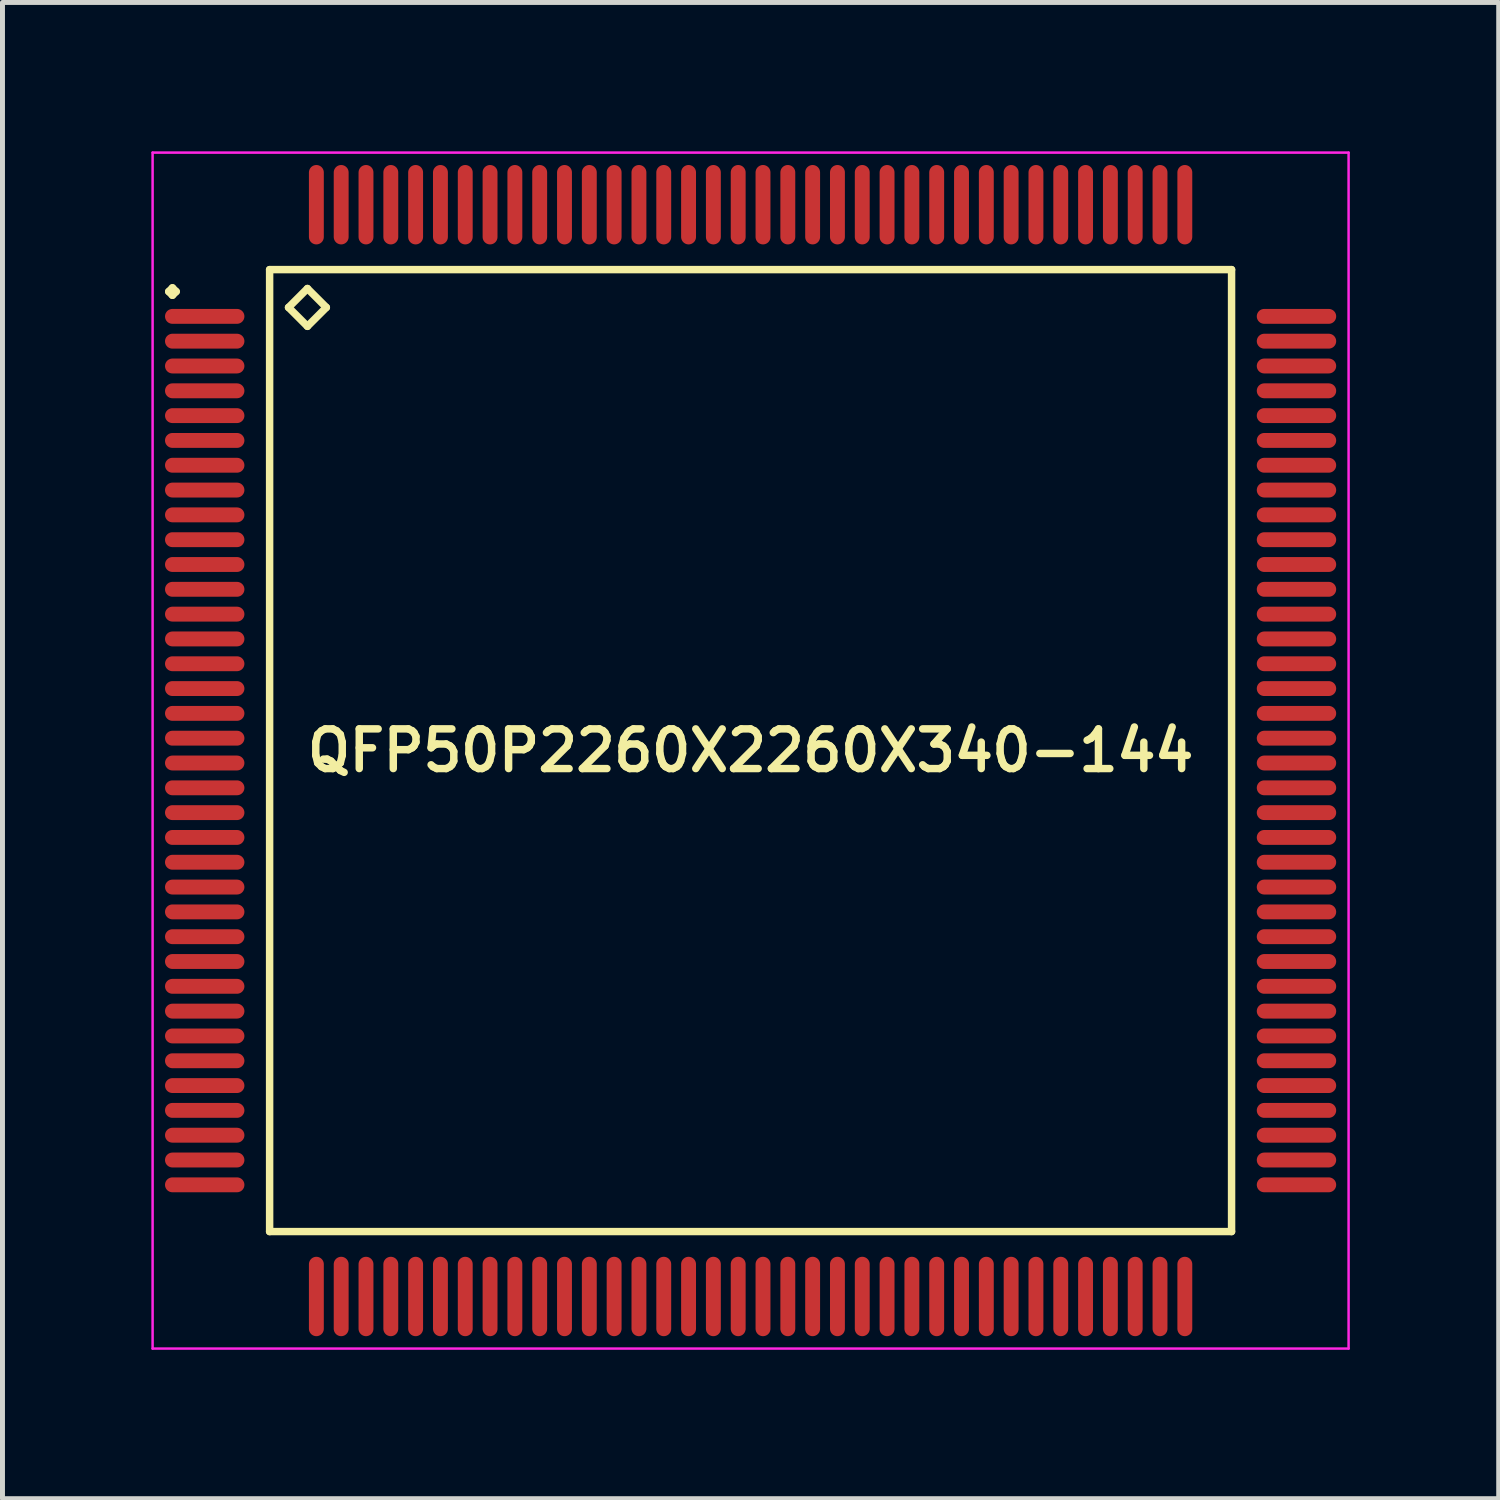
<source format=kicad_pcb>
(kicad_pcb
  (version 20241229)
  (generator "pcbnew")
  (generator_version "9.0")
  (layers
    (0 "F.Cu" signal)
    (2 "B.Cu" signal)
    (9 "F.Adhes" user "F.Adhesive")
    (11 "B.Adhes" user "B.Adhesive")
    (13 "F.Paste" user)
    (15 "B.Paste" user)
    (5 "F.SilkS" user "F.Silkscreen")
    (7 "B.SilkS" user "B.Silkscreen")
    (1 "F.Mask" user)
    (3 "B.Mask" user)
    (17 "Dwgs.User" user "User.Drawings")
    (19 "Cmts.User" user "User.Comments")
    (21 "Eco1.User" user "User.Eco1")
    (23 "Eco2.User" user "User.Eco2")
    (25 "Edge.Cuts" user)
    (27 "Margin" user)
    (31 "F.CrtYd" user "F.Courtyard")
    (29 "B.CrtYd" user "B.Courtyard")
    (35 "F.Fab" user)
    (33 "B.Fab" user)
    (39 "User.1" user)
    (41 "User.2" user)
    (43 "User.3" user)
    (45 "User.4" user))
  (footprint "QFP50P2260X2260X340-144"
    (layer "F.Cu")
    (at 12.075 12.075)
    (property "Reference" "QFP50P2260X2260X340-144" (at 0 0 0) (layer "F.SilkS") (effects (font (size 0.8 0.8) (thickness 0.15))))
    (attr smd)
    (fp_line (start -11.725 -9.25) (end -11.65 -9.325) (stroke (width 0.15) (type solid)) (layer "F.SilkS"))
    (fp_line (start -11.65 -9.325) (end -11.575 -9.25) (stroke (width 0.15) (type solid)) (layer "F.SilkS"))
    (fp_line (start -11.65 -9.175) (end -11.725 -9.25) (stroke (width 0.15) (type solid)) (layer "F.SilkS"))
    (fp_line (start -11.575 -9.25) (end -11.65 -9.175) (stroke (width 0.15) (type solid)) (layer "F.SilkS"))
    (fp_line (start -9.692 -9.692) (end -9.692 9.692) (stroke (width 0.15) (type solid)) (layer "F.SilkS"))
    (fp_line (start -9.692 9.692) (end 9.692 9.692) (stroke (width 0.15) (type solid)) (layer "F.SilkS"))
    (fp_line (start -9.311 -8.93) (end -8.93 -9.311) (stroke (width 0.15) (type solid)) (layer "F.SilkS"))
    (fp_line (start -8.93 -9.311) (end -8.549 -8.93) (stroke (width 0.15) (type solid)) (layer "F.SilkS"))
    (fp_line (start -8.93 -8.549) (end -9.311 -8.93) (stroke (width 0.15) (type solid)) (layer "F.SilkS"))
    (fp_line (start -8.549 -8.93) (end -8.93 -8.549) (stroke (width 0.15) (type solid)) (layer "F.SilkS"))
    (fp_line (start 9.692 -9.692) (end -9.692 -9.692) (stroke (width 0.15) (type solid)) (layer "F.SilkS"))
    (fp_line (start 9.692 9.692) (end 9.692 -9.692) (stroke (width 0.15) (type solid)) (layer "F.SilkS"))
    (fp_line (start -12.05 -12.05) (end 12.05 -12.05) (stroke (width 0.05) (type solid)) (layer "F.CrtYd"))
    (fp_line (start -12.05 12.05) (end -12.05 -12.05) (stroke (width 0.05) (type solid)) (layer "F.CrtYd"))
    (fp_line (start 12.05 -12.05) (end 12.05 12.05) (stroke (width 0.05) (type solid)) (layer "F.CrtYd"))
    (fp_line (start 12.05 12.05) (end -12.05 12.05) (stroke (width 0.05) (type solid)) (layer "F.CrtYd"))
    (pad "1" smd oval (at -11 -8.75) (size 1.6 0.3) (layers "F.Cu" "F.Mask" "F.Paste"))
    (pad "2" smd oval (at -11 -8.25) (size 1.6 0.3) (layers "F.Cu" "F.Mask" "F.Paste"))
    (pad "3" smd oval (at -11 -7.75) (size 1.6 0.3) (layers "F.Cu" "F.Mask" "F.Paste"))
    (pad "4" smd oval (at -11 -7.25) (size 1.6 0.3) (layers "F.Cu" "F.Mask" "F.Paste"))
    (pad "5" smd oval (at -11 -6.75) (size 1.6 0.3) (layers "F.Cu" "F.Mask" "F.Paste"))
    (pad "6" smd oval (at -11 -6.25) (size 1.6 0.3) (layers "F.Cu" "F.Mask" "F.Paste"))
    (pad "7" smd oval (at -11 -5.75) (size 1.6 0.3) (layers "F.Cu" "F.Mask" "F.Paste"))
    (pad "8" smd oval (at -11 -5.25) (size 1.6 0.3) (layers "F.Cu" "F.Mask" "F.Paste"))
    (pad "9" smd oval (at -11 -4.75) (size 1.6 0.3) (layers "F.Cu" "F.Mask" "F.Paste"))
    (pad "10" smd oval (at -11 -4.25) (size 1.6 0.3) (layers "F.Cu" "F.Mask" "F.Paste"))
    (pad "11" smd oval (at -11 -3.75) (size 1.6 0.3) (layers "F.Cu" "F.Mask" "F.Paste"))
    (pad "12" smd oval (at -11 -3.25) (size 1.6 0.3) (layers "F.Cu" "F.Mask" "F.Paste"))
    (pad "13" smd oval (at -11 -2.75) (size 1.6 0.3) (layers "F.Cu" "F.Mask" "F.Paste"))
    (pad "14" smd oval (at -11 -2.25) (size 1.6 0.3) (layers "F.Cu" "F.Mask" "F.Paste"))
    (pad "15" smd oval (at -11 -1.75) (size 1.6 0.3) (layers "F.Cu" "F.Mask" "F.Paste"))
    (pad "16" smd oval (at -11 -1.25) (size 1.6 0.3) (layers "F.Cu" "F.Mask" "F.Paste"))
    (pad "17" smd oval (at -11 -0.75) (size 1.6 0.3) (layers "F.Cu" "F.Mask" "F.Paste"))
    (pad "18" smd oval (at -11 -0.25) (size 1.6 0.3) (layers "F.Cu" "F.Mask" "F.Paste"))
    (pad "19" smd oval (at -11 0.25) (size 1.6 0.3) (layers "F.Cu" "F.Mask" "F.Paste"))
    (pad "20" smd oval (at -11 0.75) (size 1.6 0.3) (layers "F.Cu" "F.Mask" "F.Paste"))
    (pad "21" smd oval (at -11 1.25) (size 1.6 0.3) (layers "F.Cu" "F.Mask" "F.Paste"))
    (pad "22" smd oval (at -11 1.75) (size 1.6 0.3) (layers "F.Cu" "F.Mask" "F.Paste"))
    (pad "23" smd oval (at -11 2.25) (size 1.6 0.3) (layers "F.Cu" "F.Mask" "F.Paste"))
    (pad "24" smd oval (at -11 2.75) (size 1.6 0.3) (layers "F.Cu" "F.Mask" "F.Paste"))
    (pad "25" smd oval (at -11 3.25) (size 1.6 0.3) (layers "F.Cu" "F.Mask" "F.Paste"))
    (pad "26" smd oval (at -11 3.75) (size 1.6 0.3) (layers "F.Cu" "F.Mask" "F.Paste"))
    (pad "27" smd oval (at -11 4.25) (size 1.6 0.3) (layers "F.Cu" "F.Mask" "F.Paste"))
    (pad "28" smd oval (at -11 4.75) (size 1.6 0.3) (layers "F.Cu" "F.Mask" "F.Paste"))
    (pad "29" smd oval (at -11 5.25) (size 1.6 0.3) (layers "F.Cu" "F.Mask" "F.Paste"))
    (pad "30" smd oval (at -11 5.75) (size 1.6 0.3) (layers "F.Cu" "F.Mask" "F.Paste"))
    (pad "31" smd oval (at -11 6.25) (size 1.6 0.3) (layers "F.Cu" "F.Mask" "F.Paste"))
    (pad "32" smd oval (at -11 6.75) (size 1.6 0.3) (layers "F.Cu" "F.Mask" "F.Paste"))
    (pad "33" smd oval (at -11 7.25) (size 1.6 0.3) (layers "F.Cu" "F.Mask" "F.Paste"))
    (pad "34" smd oval (at -11 7.75) (size 1.6 0.3) (layers "F.Cu" "F.Mask" "F.Paste"))
    (pad "35" smd oval (at -11 8.25) (size 1.6 0.3) (layers "F.Cu" "F.Mask" "F.Paste"))
    (pad "36" smd oval (at -11 8.75) (size 1.6 0.3) (layers "F.Cu" "F.Mask" "F.Paste"))
    (pad "37" smd oval (at -8.75 11) (size 0.3 1.6) (layers "F.Cu" "F.Mask" "F.Paste"))
    (pad "38" smd oval (at -8.25 11) (size 0.3 1.6) (layers "F.Cu" "F.Mask" "F.Paste"))
    (pad "39" smd oval (at -7.75 11) (size 0.3 1.6) (layers "F.Cu" "F.Mask" "F.Paste"))
    (pad "40" smd oval (at -7.25 11) (size 0.3 1.6) (layers "F.Cu" "F.Mask" "F.Paste"))
    (pad "41" smd oval (at -6.75 11) (size 0.3 1.6) (layers "F.Cu" "F.Mask" "F.Paste"))
    (pad "42" smd oval (at -6.25 11) (size 0.3 1.6) (layers "F.Cu" "F.Mask" "F.Paste"))
    (pad "43" smd oval (at -5.75 11) (size 0.3 1.6) (layers "F.Cu" "F.Mask" "F.Paste"))
    (pad "44" smd oval (at -5.25 11) (size 0.3 1.6) (layers "F.Cu" "F.Mask" "F.Paste"))
    (pad "45" smd oval (at -4.75 11) (size 0.3 1.6) (layers "F.Cu" "F.Mask" "F.Paste"))
    (pad "46" smd oval (at -4.25 11) (size 0.3 1.6) (layers "F.Cu" "F.Mask" "F.Paste"))
    (pad "47" smd oval (at -3.75 11) (size 0.3 1.6) (layers "F.Cu" "F.Mask" "F.Paste"))
    (pad "48" smd oval (at -3.25 11) (size 0.3 1.6) (layers "F.Cu" "F.Mask" "F.Paste"))
    (pad "49" smd oval (at -2.75 11) (size 0.3 1.6) (layers "F.Cu" "F.Mask" "F.Paste"))
    (pad "50" smd oval (at -2.25 11) (size 0.3 1.6) (layers "F.Cu" "F.Mask" "F.Paste"))
    (pad "51" smd oval (at -1.75 11) (size 0.3 1.6) (layers "F.Cu" "F.Mask" "F.Paste"))
    (pad "52" smd oval (at -1.25 11) (size 0.3 1.6) (layers "F.Cu" "F.Mask" "F.Paste"))
    (pad "53" smd oval (at -0.75 11) (size 0.3 1.6) (layers "F.Cu" "F.Mask" "F.Paste"))
    (pad "54" smd oval (at -0.25 11) (size 0.3 1.6) (layers "F.Cu" "F.Mask" "F.Paste"))
    (pad "55" smd oval (at 0.25 11) (size 0.3 1.6) (layers "F.Cu" "F.Mask" "F.Paste"))
    (pad "56" smd oval (at 0.75 11) (size 0.3 1.6) (layers "F.Cu" "F.Mask" "F.Paste"))
    (pad "57" smd oval (at 1.25 11) (size 0.3 1.6) (layers "F.Cu" "F.Mask" "F.Paste"))
    (pad "58" smd oval (at 1.75 11) (size 0.3 1.6) (layers "F.Cu" "F.Mask" "F.Paste"))
    (pad "59" smd oval (at 2.25 11) (size 0.3 1.6) (layers "F.Cu" "F.Mask" "F.Paste"))
    (pad "60" smd oval (at 2.75 11) (size 0.3 1.6) (layers "F.Cu" "F.Mask" "F.Paste"))
    (pad "61" smd oval (at 3.25 11) (size 0.3 1.6) (layers "F.Cu" "F.Mask" "F.Paste"))
    (pad "62" smd oval (at 3.75 11) (size 0.3 1.6) (layers "F.Cu" "F.Mask" "F.Paste"))
    (pad "63" smd oval (at 4.25 11) (size 0.3 1.6) (layers "F.Cu" "F.Mask" "F.Paste"))
    (pad "64" smd oval (at 4.75 11) (size 0.3 1.6) (layers "F.Cu" "F.Mask" "F.Paste"))
    (pad "65" smd oval (at 5.25 11) (size 0.3 1.6) (layers "F.Cu" "F.Mask" "F.Paste"))
    (pad "66" smd oval (at 5.75 11) (size 0.3 1.6) (layers "F.Cu" "F.Mask" "F.Paste"))
    (pad "67" smd oval (at 6.25 11) (size 0.3 1.6) (layers "F.Cu" "F.Mask" "F.Paste"))
    (pad "68" smd oval (at 6.75 11) (size 0.3 1.6) (layers "F.Cu" "F.Mask" "F.Paste"))
    (pad "69" smd oval (at 7.25 11) (size 0.3 1.6) (layers "F.Cu" "F.Mask" "F.Paste"))
    (pad "70" smd oval (at 7.75 11) (size 0.3 1.6) (layers "F.Cu" "F.Mask" "F.Paste"))
    (pad "71" smd oval (at 8.25 11) (size 0.3 1.6) (layers "F.Cu" "F.Mask" "F.Paste"))
    (pad "72" smd oval (at 8.75 11) (size 0.3 1.6) (layers "F.Cu" "F.Mask" "F.Paste"))
    (pad "73" smd oval (at 11 8.75) (size 1.6 0.3) (layers "F.Cu" "F.Mask" "F.Paste"))
    (pad "74" smd oval (at 11 8.25) (size 1.6 0.3) (layers "F.Cu" "F.Mask" "F.Paste"))
    (pad "75" smd oval (at 11 7.75) (size 1.6 0.3) (layers "F.Cu" "F.Mask" "F.Paste"))
    (pad "76" smd oval (at 11 7.25) (size 1.6 0.3) (layers "F.Cu" "F.Mask" "F.Paste"))
    (pad "77" smd oval (at 11 6.75) (size 1.6 0.3) (layers "F.Cu" "F.Mask" "F.Paste"))
    (pad "78" smd oval (at 11 6.25) (size 1.6 0.3) (layers "F.Cu" "F.Mask" "F.Paste"))
    (pad "79" smd oval (at 11 5.75) (size 1.6 0.3) (layers "F.Cu" "F.Mask" "F.Paste"))
    (pad "80" smd oval (at 11 5.25) (size 1.6 0.3) (layers "F.Cu" "F.Mask" "F.Paste"))
    (pad "81" smd oval (at 11 4.75) (size 1.6 0.3) (layers "F.Cu" "F.Mask" "F.Paste"))
    (pad "82" smd oval (at 11 4.25) (size 1.6 0.3) (layers "F.Cu" "F.Mask" "F.Paste"))
    (pad "83" smd oval (at 11 3.75) (size 1.6 0.3) (layers "F.Cu" "F.Mask" "F.Paste"))
    (pad "84" smd oval (at 11 3.25) (size 1.6 0.3) (layers "F.Cu" "F.Mask" "F.Paste"))
    (pad "85" smd oval (at 11 2.75) (size 1.6 0.3) (layers "F.Cu" "F.Mask" "F.Paste"))
    (pad "86" smd oval (at 11 2.25) (size 1.6 0.3) (layers "F.Cu" "F.Mask" "F.Paste"))
    (pad "87" smd oval (at 11 1.75) (size 1.6 0.3) (layers "F.Cu" "F.Mask" "F.Paste"))
    (pad "88" smd oval (at 11 1.25) (size 1.6 0.3) (layers "F.Cu" "F.Mask" "F.Paste"))
    (pad "89" smd oval (at 11 0.75) (size 1.6 0.3) (layers "F.Cu" "F.Mask" "F.Paste"))
    (pad "90" smd oval (at 11 0.25) (size 1.6 0.3) (layers "F.Cu" "F.Mask" "F.Paste"))
    (pad "91" smd oval (at 11 -0.25) (size 1.6 0.3) (layers "F.Cu" "F.Mask" "F.Paste"))
    (pad "92" smd oval (at 11 -0.75) (size 1.6 0.3) (layers "F.Cu" "F.Mask" "F.Paste"))
    (pad "93" smd oval (at 11 -1.25) (size 1.6 0.3) (layers "F.Cu" "F.Mask" "F.Paste"))
    (pad "94" smd oval (at 11 -1.75) (size 1.6 0.3) (layers "F.Cu" "F.Mask" "F.Paste"))
    (pad "95" smd oval (at 11 -2.25) (size 1.6 0.3) (layers "F.Cu" "F.Mask" "F.Paste"))
    (pad "96" smd oval (at 11 -2.75) (size 1.6 0.3) (layers "F.Cu" "F.Mask" "F.Paste"))
    (pad "97" smd oval (at 11 -3.25) (size 1.6 0.3) (layers "F.Cu" "F.Mask" "F.Paste"))
    (pad "98" smd oval (at 11 -3.75) (size 1.6 0.3) (layers "F.Cu" "F.Mask" "F.Paste"))
    (pad "99" smd oval (at 11 -4.25) (size 1.6 0.3) (layers "F.Cu" "F.Mask" "F.Paste"))
    (pad "100" smd oval (at 11 -4.75) (size 1.6 0.3) (layers "F.Cu" "F.Mask" "F.Paste"))
    (pad "101" smd oval (at 11 -5.25) (size 1.6 0.3) (layers "F.Cu" "F.Mask" "F.Paste"))
    (pad "102" smd oval (at 11 -5.75) (size 1.6 0.3) (layers "F.Cu" "F.Mask" "F.Paste"))
    (pad "103" smd oval (at 11 -6.25) (size 1.6 0.3) (layers "F.Cu" "F.Mask" "F.Paste"))
    (pad "104" smd oval (at 11 -6.75) (size 1.6 0.3) (layers "F.Cu" "F.Mask" "F.Paste"))
    (pad "105" smd oval (at 11 -7.25) (size 1.6 0.3) (layers "F.Cu" "F.Mask" "F.Paste"))
    (pad "106" smd oval (at 11 -7.75) (size 1.6 0.3) (layers "F.Cu" "F.Mask" "F.Paste"))
    (pad "107" smd oval (at 11 -8.25) (size 1.6 0.3) (layers "F.Cu" "F.Mask" "F.Paste"))
    (pad "108" smd oval (at 11 -8.75) (size 1.6 0.3) (layers "F.Cu" "F.Mask" "F.Paste"))
    (pad "109" smd oval (at 8.75 -11) (size 0.3 1.6) (layers "F.Cu" "F.Mask" "F.Paste"))
    (pad "110" smd oval (at 8.25 -11) (size 0.3 1.6) (layers "F.Cu" "F.Mask" "F.Paste"))
    (pad "111" smd oval (at 7.75 -11) (size 0.3 1.6) (layers "F.Cu" "F.Mask" "F.Paste"))
    (pad "112" smd oval (at 7.25 -11) (size 0.3 1.6) (layers "F.Cu" "F.Mask" "F.Paste"))
    (pad "113" smd oval (at 6.75 -11) (size 0.3 1.6) (layers "F.Cu" "F.Mask" "F.Paste"))
    (pad "114" smd oval (at 6.25 -11) (size 0.3 1.6) (layers "F.Cu" "F.Mask" "F.Paste"))
    (pad "115" smd oval (at 5.75 -11) (size 0.3 1.6) (layers "F.Cu" "F.Mask" "F.Paste"))
    (pad "116" smd oval (at 5.25 -11) (size 0.3 1.6) (layers "F.Cu" "F.Mask" "F.Paste"))
    (pad "117" smd oval (at 4.75 -11) (size 0.3 1.6) (layers "F.Cu" "F.Mask" "F.Paste"))
    (pad "118" smd oval (at 4.25 -11) (size 0.3 1.6) (layers "F.Cu" "F.Mask" "F.Paste"))
    (pad "119" smd oval (at 3.75 -11) (size 0.3 1.6) (layers "F.Cu" "F.Mask" "F.Paste"))
    (pad "120" smd oval (at 3.25 -11) (size 0.3 1.6) (layers "F.Cu" "F.Mask" "F.Paste"))
    (pad "121" smd oval (at 2.75 -11) (size 0.3 1.6) (layers "F.Cu" "F.Mask" "F.Paste"))
    (pad "122" smd oval (at 2.25 -11) (size 0.3 1.6) (layers "F.Cu" "F.Mask" "F.Paste"))
    (pad "123" smd oval (at 1.75 -11) (size 0.3 1.6) (layers "F.Cu" "F.Mask" "F.Paste"))
    (pad "124" smd oval (at 1.25 -11) (size 0.3 1.6) (layers "F.Cu" "F.Mask" "F.Paste"))
    (pad "125" smd oval (at 0.75 -11) (size 0.3 1.6) (layers "F.Cu" "F.Mask" "F.Paste"))
    (pad "126" smd oval (at 0.25 -11) (size 0.3 1.6) (layers "F.Cu" "F.Mask" "F.Paste"))
    (pad "127" smd oval (at -0.25 -11) (size 0.3 1.6) (layers "F.Cu" "F.Mask" "F.Paste"))
    (pad "128" smd oval (at -0.75 -11) (size 0.3 1.6) (layers "F.Cu" "F.Mask" "F.Paste"))
    (pad "129" smd oval (at -1.25 -11) (size 0.3 1.6) (layers "F.Cu" "F.Mask" "F.Paste"))
    (pad "130" smd oval (at -1.75 -11) (size 0.3 1.6) (layers "F.Cu" "F.Mask" "F.Paste"))
    (pad "131" smd oval (at -2.25 -11) (size 0.3 1.6) (layers "F.Cu" "F.Mask" "F.Paste"))
    (pad "132" smd oval (at -2.75 -11) (size 0.3 1.6) (layers "F.Cu" "F.Mask" "F.Paste"))
    (pad "133" smd oval (at -3.25 -11) (size 0.3 1.6) (layers "F.Cu" "F.Mask" "F.Paste"))
    (pad "134" smd oval (at -3.75 -11) (size 0.3 1.6) (layers "F.Cu" "F.Mask" "F.Paste"))
    (pad "135" smd oval (at -4.25 -11) (size 0.3 1.6) (layers "F.Cu" "F.Mask" "F.Paste"))
    (pad "136" smd oval (at -4.75 -11) (size 0.3 1.6) (layers "F.Cu" "F.Mask" "F.Paste"))
    (pad "137" smd oval (at -5.25 -11) (size 0.3 1.6) (layers "F.Cu" "F.Mask" "F.Paste"))
    (pad "138" smd oval (at -5.75 -11) (size 0.3 1.6) (layers "F.Cu" "F.Mask" "F.Paste"))
    (pad "139" smd oval (at -6.25 -11) (size 0.3 1.6) (layers "F.Cu" "F.Mask" "F.Paste"))
    (pad "140" smd oval (at -6.75 -11) (size 0.3 1.6) (layers "F.Cu" "F.Mask" "F.Paste"))
    (pad "141" smd oval (at -7.25 -11) (size 0.3 1.6) (layers "F.Cu" "F.Mask" "F.Paste"))
    (pad "142" smd oval (at -7.75 -11) (size 0.3 1.6) (layers "F.Cu" "F.Mask" "F.Paste"))
    (pad "143" smd oval (at -8.25 -11) (size 0.3 1.6) (layers "F.Cu" "F.Mask" "F.Paste"))
    (pad "144" smd oval (at -8.75 -11) (size 0.3 1.6) (layers "F.Cu" "F.Mask" "F.Paste")))
  (gr_rect
    (start -3 -3)
    (end 27.15 27.15)
    (stroke (width 0.1) (type default))
    (fill no)
    (layer "Edge.Cuts")))
</source>
